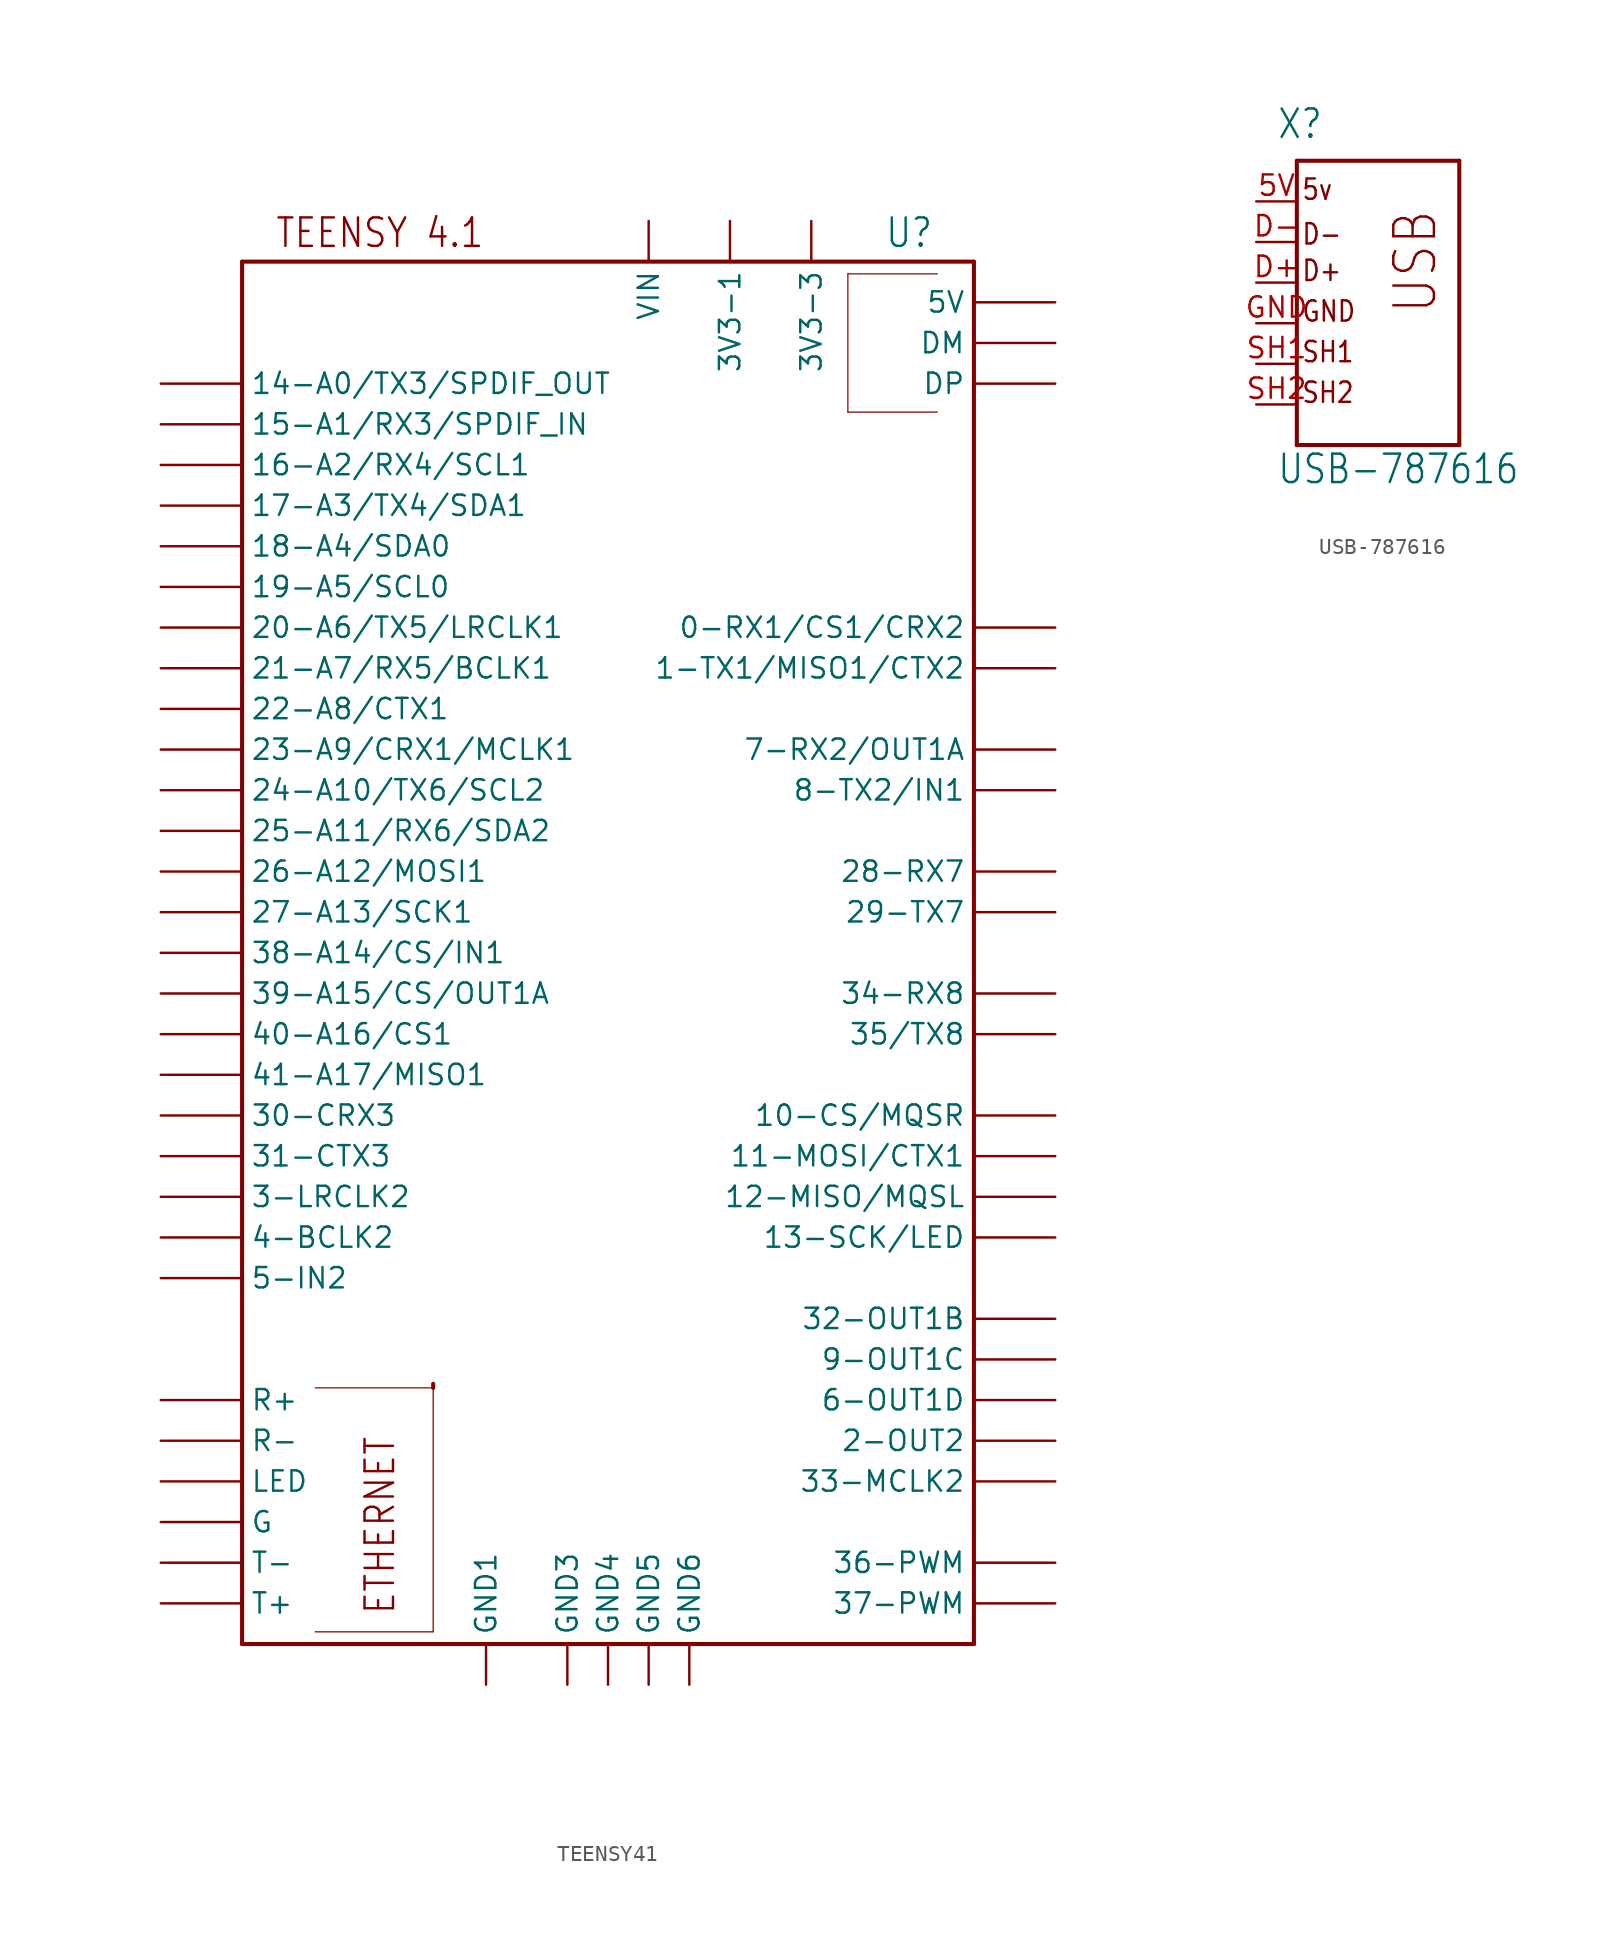
<source format=kicad_sym>
(kicad_symbol_lib
  (version 20211014)
  (generator kicad_symbol_editor)
  (symbol "TEENSY41"
    (property "Reference" "U"
      (at 17.272 46.482 0)
      (effects (font (size 1.778 1.511)) (justify left bottom)))
    (property "ki_locked" ""
      (at 0 0 0)
      (effects (font (size 1.27 1.27))))
    (symbol "TEENSY41_1_0"
      (polyline (pts (xy -22.86 -40.64) (xy 22.86 -40.64)) (stroke (width 0.254) (type default) (color 0 0 0 0)) (fill (type none)))
      (polyline (pts (xy -22.86 45.72) (xy -22.86 -40.64)) (stroke (width 0.254) (type default) (color 0 0 0 0)) (fill (type none)))
      (polyline (pts (xy -18.288 -24.638) (xy -10.922 -24.638)) (stroke (width 0.076) (type default) (color 0 0 0 0)) (fill (type none)))
      (polyline (pts (xy -10.922 -39.878) (xy -18.288 -39.878)) (stroke (width 0.076) (type default) (color 0 0 0 0)) (fill (type none)))
      (polyline (pts (xy -10.922 -24.638) (xy -10.922 -39.878)) (stroke (width 0.076) (type default) (color 0 0 0 0)) (fill (type none)))
      (polyline (pts (xy -10.922 -24.638) (xy -10.922 -24.384)) (stroke (width 0.254) (type default) (color 0 0 0 0)) (fill (type none)))
      (polyline (pts (xy 14.986 36.322) (xy 20.574 36.322)) (stroke (width 0.076) (type default) (color 0 0 0 0)) (fill (type none)))
      (polyline (pts (xy 14.986 44.958) (xy 14.986 36.322)) (stroke (width 0.076) (type default) (color 0 0 0 0)) (fill (type none)))
      (polyline (pts (xy 20.574 44.958) (xy 14.986 44.958)) (stroke (width 0.076) (type default) (color 0 0 0 0)) (fill (type none)))
      (polyline (pts (xy 22.86 -40.64) (xy 22.86 45.72)) (stroke (width 0.254) (type default) (color 0 0 0 0)) (fill (type none)))
      (polyline (pts (xy 22.86 45.72) (xy -22.86 45.72)) (stroke (width 0.254) (type default) (color 0 0 0 0)) (fill (type none)))
      (text "ETHERNET" (at -13.208 -38.862 900) (effects (font (size 1.778 1.511)) (justify left bottom)))
      (text "TEENSY 4.1" (at -20.828 46.482 0) (effects (font (size 1.778 1.511)) (justify left bottom)))
      (pin bidirectional line (at 27.94 43.18 180) (length 5.08) (name "5V" (effects (font (size 1.27 1.27)))) (number "+5V" (effects (font (size 0 0)))))
      (pin bidirectional line (at 27.94 22.86 180) (length 5.08) (name "0-RX1/CS1/CRX2" (effects (font (size 1.27 1.27)))) (number "0-RX1/CS1/CRX2" (effects (font (size 0 0)))))
      (pin bidirectional line (at 27.94 20.32 180) (length 5.08) (name "1-TX1/MISO1/CTX2" (effects (font (size 1.27 1.27)))) (number "1-TX1/MISO1/CTX2" (effects (font (size 0 0)))))
      (pin bidirectional line (at 27.94 -7.62 180) (length 5.08) (name "10-CS/MQSR" (effects (font (size 1.27 1.27)))) (number "10-CS\\MQSR" (effects (font (size 0 0)))))
      (pin bidirectional line (at 27.94 -10.16 180) (length 5.08) (name "11-MOSI/CTX1" (effects (font (size 1.27 1.27)))) (number "11-MOSI/CTX1" (effects (font (size 0 0)))))
      (pin bidirectional line (at 27.94 -12.7 180) (length 5.08) (name "12-MISO/MQSL" (effects (font (size 1.27 1.27)))) (number "12-MISO/MQSL" (effects (font (size 0 0)))))
      (pin bidirectional line (at 27.94 -15.24 180) (length 5.08) (name "13-SCK/LED" (effects (font (size 1.27 1.27)))) (number "13-SCK/LED" (effects (font (size 0 0)))))
      (pin bidirectional line (at -27.94 38.1 0) (length 5.08) (name "14-A0/TX3/SPDIF_OUT" (effects (font (size 1.27 1.27)))) (number "14-A0/TX3/SPDIF_OUT" (effects (font (size 0 0)))))
      (pin bidirectional line (at -27.94 35.56 0) (length 5.08) (name "15-A1/RX3/SPDIF_IN" (effects (font (size 1.27 1.27)))) (number "15-A1/RX3/SPDIF_IN" (effects (font (size 0 0)))))
      (pin bidirectional line (at -27.94 33.02 0) (length 5.08) (name "16-A2/RX4/SCL1" (effects (font (size 1.27 1.27)))) (number "16-A2/RX4/SCL1" (effects (font (size 0 0)))))
      (pin bidirectional line (at -27.94 30.48 0) (length 5.08) (name "17-A3/TX4/SDA1" (effects (font (size 1.27 1.27)))) (number "17-A3/TX4/SDA1" (effects (font (size 0 0)))))
      (pin bidirectional line (at -27.94 27.94 0) (length 5.08) (name "18-A4/SDA0" (effects (font (size 1.27 1.27)))) (number "18-A4/SDA0" (effects (font (size 0 0)))))
      (pin bidirectional line (at -27.94 25.4 0) (length 5.08) (name "19-A5/SCL0" (effects (font (size 1.27 1.27)))) (number "19-A5/SCL0" (effects (font (size 0 0)))))
      (pin bidirectional line (at 27.94 -27.94 180) (length 5.08) (name "2-OUT2" (effects (font (size 1.27 1.27)))) (number "2-OUT2" (effects (font (size 0 0)))))
      (pin bidirectional line (at -27.94 22.86 0) (length 5.08) (name "20-A6/TX5/LRCLK1" (effects (font (size 1.27 1.27)))) (number "20-A6/TX5/LRCLK1" (effects (font (size 0 0)))))
      (pin bidirectional line (at -27.94 20.32 0) (length 5.08) (name "21-A7/RX5/BCLK1" (effects (font (size 1.27 1.27)))) (number "21-A7/RX5/BCLK1" (effects (font (size 0 0)))))
      (pin bidirectional line (at -27.94 17.78 0) (length 5.08) (name "22-A8/CTX1" (effects (font (size 1.27 1.27)))) (number "22-A8/CTX1" (effects (font (size 0 0)))))
      (pin bidirectional line (at -27.94 15.24 0) (length 5.08) (name "23-A9/CRX1/MCLK1" (effects (font (size 1.27 1.27)))) (number "23-A9/CRX1/MCLK1" (effects (font (size 0 0)))))
      (pin bidirectional line (at -27.94 12.7 0) (length 5.08) (name "24-A10/TX6/SCL2" (effects (font (size 1.27 1.27)))) (number "24-A10/TX6/SCL2" (effects (font (size 0 0)))))
      (pin bidirectional line (at -27.94 10.16 0) (length 5.08) (name "25-A11/RX6/SDA2" (effects (font (size 1.27 1.27)))) (number "25-A11/RX6/SDA2" (effects (font (size 0 0)))))
      (pin bidirectional line (at -27.94 7.62 0) (length 5.08) (name "26-A12/MOSI1" (effects (font (size 1.27 1.27)))) (number "26-A12/MOSI1" (effects (font (size 0 0)))))
      (pin bidirectional line (at -27.94 5.08 0) (length 5.08) (name "27-A13/SCK1" (effects (font (size 1.27 1.27)))) (number "27-A13/SCK1" (effects (font (size 0 0)))))
      (pin bidirectional line (at 27.94 7.62 180) (length 5.08) (name "28-RX7" (effects (font (size 1.27 1.27)))) (number "28-RX7" (effects (font (size 0 0)))))
      (pin bidirectional line (at 27.94 5.08 180) (length 5.08) (name "29-TX7" (effects (font (size 1.27 1.27)))) (number "29-TX7" (effects (font (size 0 0)))))
      (pin bidirectional line (at -27.94 -12.7 0) (length 5.08) (name "3-LRCLK2" (effects (font (size 1.27 1.27)))) (number "3-LRCLK2" (effects (font (size 0 0)))))
      (pin bidirectional line (at -27.94 -7.62 0) (length 5.08) (name "30-CRX3" (effects (font (size 1.27 1.27)))) (number "30-CRX3" (effects (font (size 0 0)))))
      (pin bidirectional line (at -27.94 -10.16 0) (length 5.08) (name "31-CTX3" (effects (font (size 1.27 1.27)))) (number "31-CTX3" (effects (font (size 0 0)))))
      (pin bidirectional line (at 27.94 -20.32 180) (length 5.08) (name "32-OUT1B" (effects (font (size 1.27 1.27)))) (number "32-OUT1B" (effects (font (size 0 0)))))
      (pin bidirectional line (at 27.94 -30.48 180) (length 5.08) (name "33-MCLK2" (effects (font (size 1.27 1.27)))) (number "33-MCLK2" (effects (font (size 0 0)))))
      (pin bidirectional line (at 27.94 0 180) (length 5.08) (name "34-RX8" (effects (font (size 1.27 1.27)))) (number "34-RX8" (effects (font (size 0 0)))))
      (pin bidirectional line (at 27.94 -2.54 180) (length 5.08) (name "35/TX8" (effects (font (size 1.27 1.27)))) (number "35-TX8" (effects (font (size 0 0)))))
      (pin bidirectional line (at 27.94 -35.56 180) (length 5.08) (name "36-PWM" (effects (font (size 1.27 1.27)))) (number "36-PWM" (effects (font (size 0 0)))))
      (pin bidirectional line (at 27.94 -38.1 180) (length 5.08) (name "37-PWM" (effects (font (size 1.27 1.27)))) (number "37-PWM" (effects (font (size 0 0)))))
      (pin bidirectional line (at -27.94 2.54 0) (length 5.08) (name "38-A14/CS/IN1" (effects (font (size 1.27 1.27)))) (number "38-A14/CS/IN1" (effects (font (size 0 0)))))
      (pin bidirectional line (at -27.94 0 0) (length 5.08) (name "39-A15/CS/OUT1A" (effects (font (size 1.27 1.27)))) (number "39-A15/CS/OUT1A" (effects (font (size 0 0)))))
      (pin bidirectional line (at 7.62 48.26 270) (length 2.54) (name "3V3-1" (effects (font (size 1.27 1.27)))) (number "3V3-1" (effects (font (size 0 0)))))
      (pin bidirectional line (at 12.7 48.26 270) (length 2.54) (name "3V3-3" (effects (font (size 1.27 1.27)))) (number "3V3-3" (effects (font (size 0 0)))))
      (pin bidirectional line (at -27.94 -15.24 0) (length 5.08) (name "4-BCLK2" (effects (font (size 1.27 1.27)))) (number "4-BCLK2" (effects (font (size 0 0)))))
      (pin bidirectional line (at -27.94 -2.54 0) (length 5.08) (name "40-A16/CS1" (effects (font (size 1.27 1.27)))) (number "40-A16/CS1" (effects (font (size 0 0)))))
      (pin bidirectional line (at -27.94 -5.08 0) (length 5.08) (name "41-A17/MISO1" (effects (font (size 1.27 1.27)))) (number "41-A17/MISO1" (effects (font (size 0 0)))))
      (pin bidirectional line (at -27.94 -17.78 0) (length 5.08) (name "5-IN2" (effects (font (size 1.27 1.27)))) (number "5-IN2" (effects (font (size 0 0)))))
      (pin bidirectional line (at 27.94 -25.4 180) (length 5.08) (name "6-OUT1D" (effects (font (size 1.27 1.27)))) (number "6-OUT1D" (effects (font (size 0 0)))))
      (pin bidirectional line (at 27.94 15.24 180) (length 5.08) (name "7-RX2/OUT1A" (effects (font (size 1.27 1.27)))) (number "7-RX2/OUT1A" (effects (font (size 0 0)))))
      (pin bidirectional line (at 27.94 12.7 180) (length 5.08) (name "8-TX2/IN1" (effects (font (size 1.27 1.27)))) (number "8-TX2/IN1" (effects (font (size 0 0)))))
      (pin bidirectional line (at 27.94 -22.86 180) (length 5.08) (name "9-OUT1C" (effects (font (size 1.27 1.27)))) (number "9-OUT1C" (effects (font (size 0 0)))))
      (pin bidirectional line (at 27.94 40.64 180) (length 5.08) (name "DM" (effects (font (size 1.27 1.27)))) (number "DM" (effects (font (size 0 0)))))
      (pin bidirectional line (at 27.94 38.1 180) (length 5.08) (name "DP" (effects (font (size 1.27 1.27)))) (number "DP" (effects (font (size 0 0)))))
      (pin bidirectional line (at -27.94 -33.02 0) (length 5.08) (name "G" (effects (font (size 1.27 1.27)))) (number "G" (effects (font (size 0 0)))))
      (pin bidirectional line (at -7.62 -43.18 90) (length 2.54) (name "GND1" (effects (font (size 1.27 1.27)))) (number "GND1" (effects (font (size 0 0)))))
      (pin bidirectional line (at -2.54 -43.18 90) (length 2.54) (name "GND3" (effects (font (size 1.27 1.27)))) (number "GND3" (effects (font (size 0 0)))))
      (pin bidirectional line (at 0 -43.18 90) (length 2.54) (name "GND4" (effects (font (size 1.27 1.27)))) (number "GND4" (effects (font (size 0 0)))))
      (pin bidirectional line (at 2.54 -43.18 90) (length 2.54) (name "GND5" (effects (font (size 1.27 1.27)))) (number "GND5" (effects (font (size 0 0)))))
      (pin bidirectional line (at 5.08 -43.18 90) (length 2.54) (name "GND6" (effects (font (size 1.27 1.27)))) (number "GND6" (effects (font (size 0 0)))))
      (pin bidirectional line (at -27.94 -30.48 0) (length 5.08) (name "LED" (effects (font (size 1.27 1.27)))) (number "LED" (effects (font (size 0 0)))))
      (pin bidirectional line (at -27.94 -25.4 0) (length 5.08) (name "R+" (effects (font (size 1.27 1.27)))) (number "R+" (effects (font (size 0 0)))))
      (pin bidirectional line (at -27.94 -27.94 0) (length 5.08) (name "R-" (effects (font (size 1.27 1.27)))) (number "R-" (effects (font (size 0 0)))))
      (pin bidirectional line (at -27.94 -38.1 0) (length 5.08) (name "T+" (effects (font (size 1.27 1.27)))) (number "T+" (effects (font (size 0 0)))))
      (pin bidirectional line (at -27.94 -35.56 0) (length 5.08) (name "T-" (effects (font (size 1.27 1.27)))) (number "T-" (effects (font (size 0 0)))))
      (pin bidirectional line (at 2.54 48.26 270) (length 2.54) (name "VIN" (effects (font (size 1.27 1.27)))) (number "VIN" (effects (font (size 0 0)))))))
  (symbol "USB-787616"
    (property "Reference" "X"
      (at -3.81 8.89 0)
      (effects (font (size 1.778 1.511)) (justify left bottom)))
    (property "Value" "USB-787616"
      (at -3.81 -12.7 0)
      (effects (font (size 1.778 1.511)) (justify left bottom)))
    (property "ki_locked" ""
      (at 0 0 0)
      (effects (font (size 1.27 1.27))))
    (symbol "USB-787616_1_0"
      (polyline (pts (xy -2.54 -10.16) (xy 7.62 -10.16)) (stroke (width 0.254) (type default) (color 0 0 0 0)) (fill (type none)))
      (polyline (pts (xy -2.54 7.62) (xy -2.54 -10.16)) (stroke (width 0.254) (type default) (color 0 0 0 0)) (fill (type none)))
      (polyline (pts (xy 7.62 -10.16) (xy 7.62 7.62)) (stroke (width 0.254) (type default) (color 0 0 0 0)) (fill (type none)))
      (polyline (pts (xy 7.62 7.62) (xy -2.54 7.62)) (stroke (width 0.254) (type default) (color 0 0 0 0)) (fill (type none)))
      (text "5v" (at -2.286 5.08 0) (effects (font (size 1.27 1.079)) (justify left bottom)))
      (text "D+" (at -2.286 0 0) (effects (font (size 1.27 1.079)) (justify left bottom)))
      (text "D-" (at -2.286 2.286 0) (effects (font (size 1.27 1.079)) (justify left bottom)))
      (text "GND" (at -2.286 -2.54 0) (effects (font (size 1.27 1.079)) (justify left bottom)))
      (text "SH1" (at -2.286 -5.08 0) (effects (font (size 1.27 1.079)) (justify left bottom)))
      (text "SH2" (at -2.286 -7.62 0) (effects (font (size 1.27 1.079)) (justify left bottom)))
      (text "USB" (at 6.35 -2.032 900) (effects (font (size 2.54 2.159)) (justify left bottom)))
      (pin passive line (at -5.08 5.08 0) (length 2.54) (name "1" (effects (font (size 0 0)))) (number "5V" (effects (font (size 1.27 1.27)))))
      (pin passive line (at -5.08 0 0) (length 2.54) (name "3" (effects (font (size 0 0)))) (number "D+" (effects (font (size 1.27 1.27)))))
      (pin passive line (at -5.08 2.54 0) (length 2.54) (name "2" (effects (font (size 0 0)))) (number "D-" (effects (font (size 1.27 1.27)))))
      (pin passive line (at -5.08 -2.54 0) (length 2.54) (name "4" (effects (font (size 0 0)))) (number "GND" (effects (font (size 1.27 1.27)))))
      (pin passive line (at -5.08 -5.08 0) (length 2.54) (name "5" (effects (font (size 0 0)))) (number "SH1" (effects (font (size 1.27 1.27)))))
      (pin passive line (at -5.08 -7.62 0) (length 2.54) (name "6" (effects (font (size 0 0)))) (number "SH2" (effects (font (size 1.27 1.27))))))))
</source>
